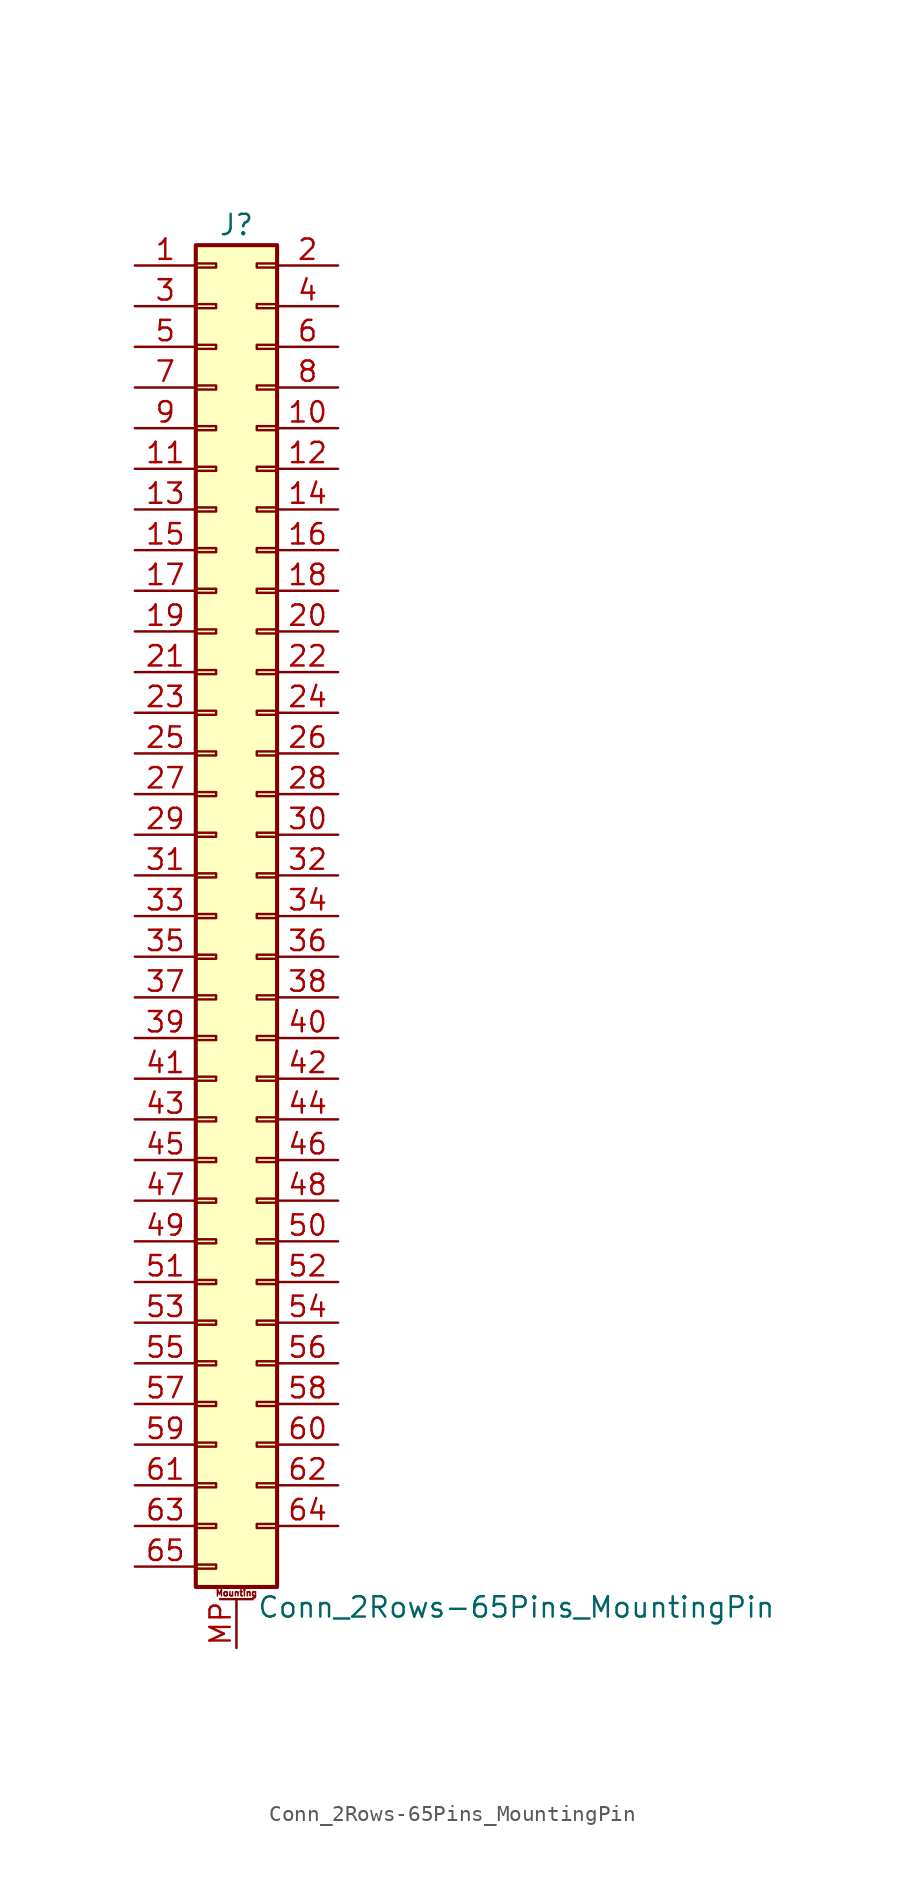
<source format=kicad_sym>
(kicad_symbol_lib
  (version 20201005)
  (generator kicad_symbol_editor)
  (symbol "Conn_2Rows-65Pins_MountingPin"
    (pin_names
      (offset 1.016) hide)
    (property "Reference" "J"
      (at 1.27 43.18 0)
      (effects (font (size 1.27 1.27))))
    (property "Value" "Conn_2Rows-65Pins_MountingPin"
      (at 2.54 -43.18 0)
      (effects (font (size 1.27 1.27)) (justify left)))
    (symbol "Conn_2Rows-65Pins_MountingPin_1_1"
      (text "Mounting" (at 1.27 -42.291 0) (effects (font (size 0.381 0.381))))
      (rectangle (start -1.27 -40.513) (end 0 -40.767) (stroke (width 0.152)) (fill (type none)))
      (rectangle (start -1.27 -37.973) (end 0 -38.227) (stroke (width 0.152)) (fill (type none)))
      (rectangle (start -1.27 -35.433) (end 0 -35.687) (stroke (width 0.152)) (fill (type none)))
      (rectangle (start -1.27 -32.893) (end 0 -33.147) (stroke (width 0.152)) (fill (type none)))
      (rectangle (start -1.27 -30.353) (end 0 -30.607) (stroke (width 0.152)) (fill (type none)))
      (rectangle (start -1.27 -27.813) (end 0 -28.067) (stroke (width 0.152)) (fill (type none)))
      (rectangle (start -1.27 -25.273) (end 0 -25.527) (stroke (width 0.152)) (fill (type none)))
      (rectangle (start -1.27 -22.733) (end 0 -22.987) (stroke (width 0.152)) (fill (type none)))
      (rectangle (start -1.27 -20.193) (end 0 -20.447) (stroke (width 0.152)) (fill (type none)))
      (rectangle (start -1.27 -17.653) (end 0 -17.907) (stroke (width 0.152)) (fill (type none)))
      (rectangle (start -1.27 -15.113) (end 0 -15.367) (stroke (width 0.152)) (fill (type none)))
      (rectangle (start -1.27 -12.573) (end 0 -12.827) (stroke (width 0.152)) (fill (type none)))
      (rectangle (start -1.27 -10.033) (end 0 -10.287) (stroke (width 0.152)) (fill (type none)))
      (rectangle (start -1.27 -7.493) (end 0 -7.747) (stroke (width 0.152)) (fill (type none)))
      (rectangle (start -1.27 -4.953) (end 0 -5.207) (stroke (width 0.152)) (fill (type none)))
      (rectangle (start -1.27 -2.413) (end 0 -2.667) (stroke (width 0.152)) (fill (type none)))
      (rectangle (start -1.27 0.127) (end 0 -0.127) (stroke (width 0.152)) (fill (type none)))
      (rectangle (start -1.27 2.667) (end 0 2.413) (stroke (width 0.152)) (fill (type none)))
      (rectangle (start -1.27 5.207) (end 0 4.953) (stroke (width 0.152)) (fill (type none)))
      (rectangle (start -1.27 7.747) (end 0 7.493) (stroke (width 0.152)) (fill (type none)))
      (rectangle (start -1.27 10.287) (end 0 10.033) (stroke (width 0.152)) (fill (type none)))
      (rectangle (start -1.27 12.827) (end 0 12.573) (stroke (width 0.152)) (fill (type none)))
      (rectangle (start -1.27 15.367) (end 0 15.113) (stroke (width 0.152)) (fill (type none)))
      (rectangle (start -1.27 17.907) (end 0 17.653) (stroke (width 0.152)) (fill (type none)))
      (rectangle (start -1.27 20.447) (end 0 20.193) (stroke (width 0.152)) (fill (type none)))
      (rectangle (start -1.27 22.987) (end 0 22.733) (stroke (width 0.152)) (fill (type none)))
      (rectangle (start -1.27 25.527) (end 0 25.273) (stroke (width 0.152)) (fill (type none)))
      (rectangle (start -1.27 28.067) (end 0 27.813) (stroke (width 0.152)) (fill (type none)))
      (rectangle (start -1.27 30.607) (end 0 30.353) (stroke (width 0.152)) (fill (type none)))
      (rectangle (start -1.27 33.147) (end 0 32.893) (stroke (width 0.152)) (fill (type none)))
      (rectangle (start -1.27 35.687) (end 0 35.433) (stroke (width 0.152)) (fill (type none)))
      (rectangle (start -1.27 38.227) (end 0 37.973) (stroke (width 0.152)) (fill (type none)))
      (rectangle (start -1.27 40.767) (end 0 40.513) (stroke (width 0.152)) (fill (type none)))
      (rectangle (start 3.81 -37.973) (end 2.54 -38.227) (stroke (width 0.152)) (fill (type none)))
      (rectangle (start 3.81 -35.433) (end 2.54 -35.687) (stroke (width 0.152)) (fill (type none)))
      (rectangle (start 3.81 -32.893) (end 2.54 -33.147) (stroke (width 0.152)) (fill (type none)))
      (rectangle (start 3.81 -30.353) (end 2.54 -30.607) (stroke (width 0.152)) (fill (type none)))
      (rectangle (start 3.81 -27.813) (end 2.54 -28.067) (stroke (width 0.152)) (fill (type none)))
      (rectangle (start 3.81 -25.273) (end 2.54 -25.527) (stroke (width 0.152)) (fill (type none)))
      (rectangle (start 3.81 -22.733) (end 2.54 -22.987) (stroke (width 0.152)) (fill (type none)))
      (rectangle (start 3.81 -20.193) (end 2.54 -20.447) (stroke (width 0.152)) (fill (type none)))
      (rectangle (start 3.81 -17.653) (end 2.54 -17.907) (stroke (width 0.152)) (fill (type none)))
      (rectangle (start 3.81 -15.113) (end 2.54 -15.367) (stroke (width 0.152)) (fill (type none)))
      (rectangle (start 3.81 -12.573) (end 2.54 -12.827) (stroke (width 0.152)) (fill (type none)))
      (rectangle (start 3.81 -10.033) (end 2.54 -10.287) (stroke (width 0.152)) (fill (type none)))
      (rectangle (start 3.81 -7.493) (end 2.54 -7.747) (stroke (width 0.152)) (fill (type none)))
      (rectangle (start 3.81 -4.953) (end 2.54 -5.207) (stroke (width 0.152)) (fill (type none)))
      (rectangle (start 3.81 -2.413) (end 2.54 -2.667) (stroke (width 0.152)) (fill (type none)))
      (rectangle (start 3.81 0.127) (end 2.54 -0.127) (stroke (width 0.152)) (fill (type none)))
      (rectangle (start 3.81 2.667) (end 2.54 2.413) (stroke (width 0.152)) (fill (type none)))
      (rectangle (start 3.81 5.207) (end 2.54 4.953) (stroke (width 0.152)) (fill (type none)))
      (rectangle (start 3.81 7.747) (end 2.54 7.493) (stroke (width 0.152)) (fill (type none)))
      (rectangle (start 3.81 10.287) (end 2.54 10.033) (stroke (width 0.152)) (fill (type none)))
      (rectangle (start 3.81 12.827) (end 2.54 12.573) (stroke (width 0.152)) (fill (type none)))
      (rectangle (start 3.81 15.367) (end 2.54 15.113) (stroke (width 0.152)) (fill (type none)))
      (rectangle (start 3.81 17.907) (end 2.54 17.653) (stroke (width 0.152)) (fill (type none)))
      (rectangle (start 3.81 20.447) (end 2.54 20.193) (stroke (width 0.152)) (fill (type none)))
      (rectangle (start 3.81 22.987) (end 2.54 22.733) (stroke (width 0.152)) (fill (type none)))
      (rectangle (start 3.81 25.527) (end 2.54 25.273) (stroke (width 0.152)) (fill (type none)))
      (rectangle (start 3.81 28.067) (end 2.54 27.813) (stroke (width 0.152)) (fill (type none)))
      (rectangle (start 3.81 30.607) (end 2.54 30.353) (stroke (width 0.152)) (fill (type none)))
      (rectangle (start 3.81 33.147) (end 2.54 32.893) (stroke (width 0.152)) (fill (type none)))
      (rectangle (start 3.81 35.687) (end 2.54 35.433) (stroke (width 0.152)) (fill (type none)))
      (rectangle (start 3.81 38.227) (end 2.54 37.973) (stroke (width 0.152)) (fill (type none)))
      (rectangle (start 3.81 40.767) (end 2.54 40.513) (stroke (width 0.152)) (fill (type none)))
      (rectangle (start -1.27 41.91) (end 3.81 -41.91) (stroke (width 0.254)) (fill (type background)))
      (polyline (pts (xy 0.254 -42.672) (xy 2.286 -42.672)) (stroke (width 0.152)) (fill (type none)))
      (pin passive line (at -5.08 40.64 0) (length 3.81) (name "Pin_1" (effects (font (size 1.27 1.27)))) (number "1" (effects (font (size 1.27 1.27)))))
      (pin passive line (at 7.62 30.48 180) (length 3.81) (name "Pin_10" (effects (font (size 1.27 1.27)))) (number "10" (effects (font (size 1.27 1.27)))))
      (pin passive line (at -5.08 27.94 0) (length 3.81) (name "Pin_11" (effects (font (size 1.27 1.27)))) (number "11" (effects (font (size 1.27 1.27)))))
      (pin passive line (at 7.62 27.94 180) (length 3.81) (name "Pin_12" (effects (font (size 1.27 1.27)))) (number "12" (effects (font (size 1.27 1.27)))))
      (pin passive line (at -5.08 25.4 0) (length 3.81) (name "Pin_13" (effects (font (size 1.27 1.27)))) (number "13" (effects (font (size 1.27 1.27)))))
      (pin passive line (at 7.62 25.4 180) (length 3.81) (name "Pin_14" (effects (font (size 1.27 1.27)))) (number "14" (effects (font (size 1.27 1.27)))))
      (pin passive line (at -5.08 22.86 0) (length 3.81) (name "Pin_15" (effects (font (size 1.27 1.27)))) (number "15" (effects (font (size 1.27 1.27)))))
      (pin passive line (at 7.62 22.86 180) (length 3.81) (name "Pin_16" (effects (font (size 1.27 1.27)))) (number "16" (effects (font (size 1.27 1.27)))))
      (pin passive line (at -5.08 20.32 0) (length 3.81) (name "Pin_17" (effects (font (size 1.27 1.27)))) (number "17" (effects (font (size 1.27 1.27)))))
      (pin passive line (at 7.62 20.32 180) (length 3.81) (name "Pin_18" (effects (font (size 1.27 1.27)))) (number "18" (effects (font (size 1.27 1.27)))))
      (pin passive line (at -5.08 17.78 0) (length 3.81) (name "Pin_19" (effects (font (size 1.27 1.27)))) (number "19" (effects (font (size 1.27 1.27)))))
      (pin passive line (at 7.62 40.64 180) (length 3.81) (name "Pin_2" (effects (font (size 1.27 1.27)))) (number "2" (effects (font (size 1.27 1.27)))))
      (pin passive line (at 7.62 17.78 180) (length 3.81) (name "Pin_20" (effects (font (size 1.27 1.27)))) (number "20" (effects (font (size 1.27 1.27)))))
      (pin passive line (at -5.08 15.24 0) (length 3.81) (name "Pin_21" (effects (font (size 1.27 1.27)))) (number "21" (effects (font (size 1.27 1.27)))))
      (pin passive line (at 7.62 15.24 180) (length 3.81) (name "Pin_22" (effects (font (size 1.27 1.27)))) (number "22" (effects (font (size 1.27 1.27)))))
      (pin passive line (at -5.08 12.7 0) (length 3.81) (name "Pin_23" (effects (font (size 1.27 1.27)))) (number "23" (effects (font (size 1.27 1.27)))))
      (pin passive line (at 7.62 12.7 180) (length 3.81) (name "Pin_24" (effects (font (size 1.27 1.27)))) (number "24" (effects (font (size 1.27 1.27)))))
      (pin passive line (at -5.08 10.16 0) (length 3.81) (name "Pin_25" (effects (font (size 1.27 1.27)))) (number "25" (effects (font (size 1.27 1.27)))))
      (pin passive line (at 7.62 10.16 180) (length 3.81) (name "Pin_26" (effects (font (size 1.27 1.27)))) (number "26" (effects (font (size 1.27 1.27)))))
      (pin passive line (at -5.08 7.62 0) (length 3.81) (name "Pin_27" (effects (font (size 1.27 1.27)))) (number "27" (effects (font (size 1.27 1.27)))))
      (pin passive line (at 7.62 7.62 180) (length 3.81) (name "Pin_28" (effects (font (size 1.27 1.27)))) (number "28" (effects (font (size 1.27 1.27)))))
      (pin passive line (at -5.08 5.08 0) (length 3.81) (name "Pin_29" (effects (font (size 1.27 1.27)))) (number "29" (effects (font (size 1.27 1.27)))))
      (pin passive line (at -5.08 38.1 0) (length 3.81) (name "Pin_3" (effects (font (size 1.27 1.27)))) (number "3" (effects (font (size 1.27 1.27)))))
      (pin passive line (at 7.62 5.08 180) (length 3.81) (name "Pin_30" (effects (font (size 1.27 1.27)))) (number "30" (effects (font (size 1.27 1.27)))))
      (pin passive line (at -5.08 2.54 0) (length 3.81) (name "Pin_31" (effects (font (size 1.27 1.27)))) (number "31" (effects (font (size 1.27 1.27)))))
      (pin passive line (at 7.62 2.54 180) (length 3.81) (name "Pin_32" (effects (font (size 1.27 1.27)))) (number "32" (effects (font (size 1.27 1.27)))))
      (pin passive line (at -5.08 0 0) (length 3.81) (name "Pin_33" (effects (font (size 1.27 1.27)))) (number "33" (effects (font (size 1.27 1.27)))))
      (pin passive line (at 7.62 0 180) (length 3.81) (name "Pin_34" (effects (font (size 1.27 1.27)))) (number "34" (effects (font (size 1.27 1.27)))))
      (pin passive line (at -5.08 -2.54 0) (length 3.81) (name "Pin_35" (effects (font (size 1.27 1.27)))) (number "35" (effects (font (size 1.27 1.27)))))
      (pin passive line (at 7.62 -2.54 180) (length 3.81) (name "Pin_36" (effects (font (size 1.27 1.27)))) (number "36" (effects (font (size 1.27 1.27)))))
      (pin passive line (at -5.08 -5.08 0) (length 3.81) (name "Pin_37" (effects (font (size 1.27 1.27)))) (number "37" (effects (font (size 1.27 1.27)))))
      (pin passive line (at 7.62 -5.08 180) (length 3.81) (name "Pin_38" (effects (font (size 1.27 1.27)))) (number "38" (effects (font (size 1.27 1.27)))))
      (pin passive line (at -5.08 -7.62 0) (length 3.81) (name "Pin_39" (effects (font (size 1.27 1.27)))) (number "39" (effects (font (size 1.27 1.27)))))
      (pin passive line (at 7.62 38.1 180) (length 3.81) (name "Pin_4" (effects (font (size 1.27 1.27)))) (number "4" (effects (font (size 1.27 1.27)))))
      (pin passive line (at 7.62 -7.62 180) (length 3.81) (name "Pin_40" (effects (font (size 1.27 1.27)))) (number "40" (effects (font (size 1.27 1.27)))))
      (pin passive line (at -5.08 -10.16 0) (length 3.81) (name "Pin_41" (effects (font (size 1.27 1.27)))) (number "41" (effects (font (size 1.27 1.27)))))
      (pin passive line (at 7.62 -10.16 180) (length 3.81) (name "Pin_42" (effects (font (size 1.27 1.27)))) (number "42" (effects (font (size 1.27 1.27)))))
      (pin passive line (at -5.08 -12.7 0) (length 3.81) (name "Pin_43" (effects (font (size 1.27 1.27)))) (number "43" (effects (font (size 1.27 1.27)))))
      (pin passive line (at 7.62 -12.7 180) (length 3.81) (name "Pin_44" (effects (font (size 1.27 1.27)))) (number "44" (effects (font (size 1.27 1.27)))))
      (pin passive line (at -5.08 -15.24 0) (length 3.81) (name "Pin_45" (effects (font (size 1.27 1.27)))) (number "45" (effects (font (size 1.27 1.27)))))
      (pin passive line (at 7.62 -15.24 180) (length 3.81) (name "Pin_46" (effects (font (size 1.27 1.27)))) (number "46" (effects (font (size 1.27 1.27)))))
      (pin passive line (at -5.08 -17.78 0) (length 3.81) (name "Pin_47" (effects (font (size 1.27 1.27)))) (number "47" (effects (font (size 1.27 1.27)))))
      (pin passive line (at 7.62 -17.78 180) (length 3.81) (name "Pin_48" (effects (font (size 1.27 1.27)))) (number "48" (effects (font (size 1.27 1.27)))))
      (pin passive line (at -5.08 -20.32 0) (length 3.81) (name "Pin_49" (effects (font (size 1.27 1.27)))) (number "49" (effects (font (size 1.27 1.27)))))
      (pin passive line (at -5.08 35.56 0) (length 3.81) (name "Pin_5" (effects (font (size 1.27 1.27)))) (number "5" (effects (font (size 1.27 1.27)))))
      (pin passive line (at 7.62 -20.32 180) (length 3.81) (name "Pin_50" (effects (font (size 1.27 1.27)))) (number "50" (effects (font (size 1.27 1.27)))))
      (pin passive line (at -5.08 -22.86 0) (length 3.81) (name "Pin_51" (effects (font (size 1.27 1.27)))) (number "51" (effects (font (size 1.27 1.27)))))
      (pin passive line (at 7.62 -22.86 180) (length 3.81) (name "Pin_52" (effects (font (size 1.27 1.27)))) (number "52" (effects (font (size 1.27 1.27)))))
      (pin passive line (at -5.08 -25.4 0) (length 3.81) (name "Pin_53" (effects (font (size 1.27 1.27)))) (number "53" (effects (font (size 1.27 1.27)))))
      (pin passive line (at 7.62 -25.4 180) (length 3.81) (name "Pin_54" (effects (font (size 1.27 1.27)))) (number "54" (effects (font (size 1.27 1.27)))))
      (pin passive line (at -5.08 -27.94 0) (length 3.81) (name "Pin_55" (effects (font (size 1.27 1.27)))) (number "55" (effects (font (size 1.27 1.27)))))
      (pin passive line (at 7.62 -27.94 180) (length 3.81) (name "Pin_56" (effects (font (size 1.27 1.27)))) (number "56" (effects (font (size 1.27 1.27)))))
      (pin passive line (at -5.08 -30.48 0) (length 3.81) (name "Pin_57" (effects (font (size 1.27 1.27)))) (number "57" (effects (font (size 1.27 1.27)))))
      (pin passive line (at 7.62 -30.48 180) (length 3.81) (name "Pin_58" (effects (font (size 1.27 1.27)))) (number "58" (effects (font (size 1.27 1.27)))))
      (pin passive line (at -5.08 -33.02 0) (length 3.81) (name "Pin_59" (effects (font (size 1.27 1.27)))) (number "59" (effects (font (size 1.27 1.27)))))
      (pin passive line (at 7.62 35.56 180) (length 3.81) (name "Pin_6" (effects (font (size 1.27 1.27)))) (number "6" (effects (font (size 1.27 1.27)))))
      (pin passive line (at 7.62 -33.02 180) (length 3.81) (name "Pin_60" (effects (font (size 1.27 1.27)))) (number "60" (effects (font (size 1.27 1.27)))))
      (pin passive line (at -5.08 -35.56 0) (length 3.81) (name "Pin_61" (effects (font (size 1.27 1.27)))) (number "61" (effects (font (size 1.27 1.27)))))
      (pin passive line (at 7.62 -35.56 180) (length 3.81) (name "Pin_62" (effects (font (size 1.27 1.27)))) (number "62" (effects (font (size 1.27 1.27)))))
      (pin passive line (at -5.08 -38.1 0) (length 3.81) (name "Pin_63" (effects (font (size 1.27 1.27)))) (number "63" (effects (font (size 1.27 1.27)))))
      (pin passive line (at 7.62 -38.1 180) (length 3.81) (name "Pin_64" (effects (font (size 1.27 1.27)))) (number "64" (effects (font (size 1.27 1.27)))))
      (pin passive line (at -5.08 -40.64 0) (length 3.81) (name "Pin_65" (effects (font (size 1.27 1.27)))) (number "65" (effects (font (size 1.27 1.27)))))
      (pin passive line (at -5.08 33.02 0) (length 3.81) (name "Pin_7" (effects (font (size 1.27 1.27)))) (number "7" (effects (font (size 1.27 1.27)))))
      (pin passive line (at 7.62 33.02 180) (length 3.81) (name "Pin_8" (effects (font (size 1.27 1.27)))) (number "8" (effects (font (size 1.27 1.27)))))
      (pin passive line (at -5.08 30.48 0) (length 3.81) (name "Pin_9" (effects (font (size 1.27 1.27)))) (number "9" (effects (font (size 1.27 1.27)))))
      (pin passive line (at 1.27 -45.72 90) (length 3.048) (name "MountPin" (effects (font (size 1.27 1.27)))) (number "MP" (effects (font (size 1.27 1.27))))))))
</source>
